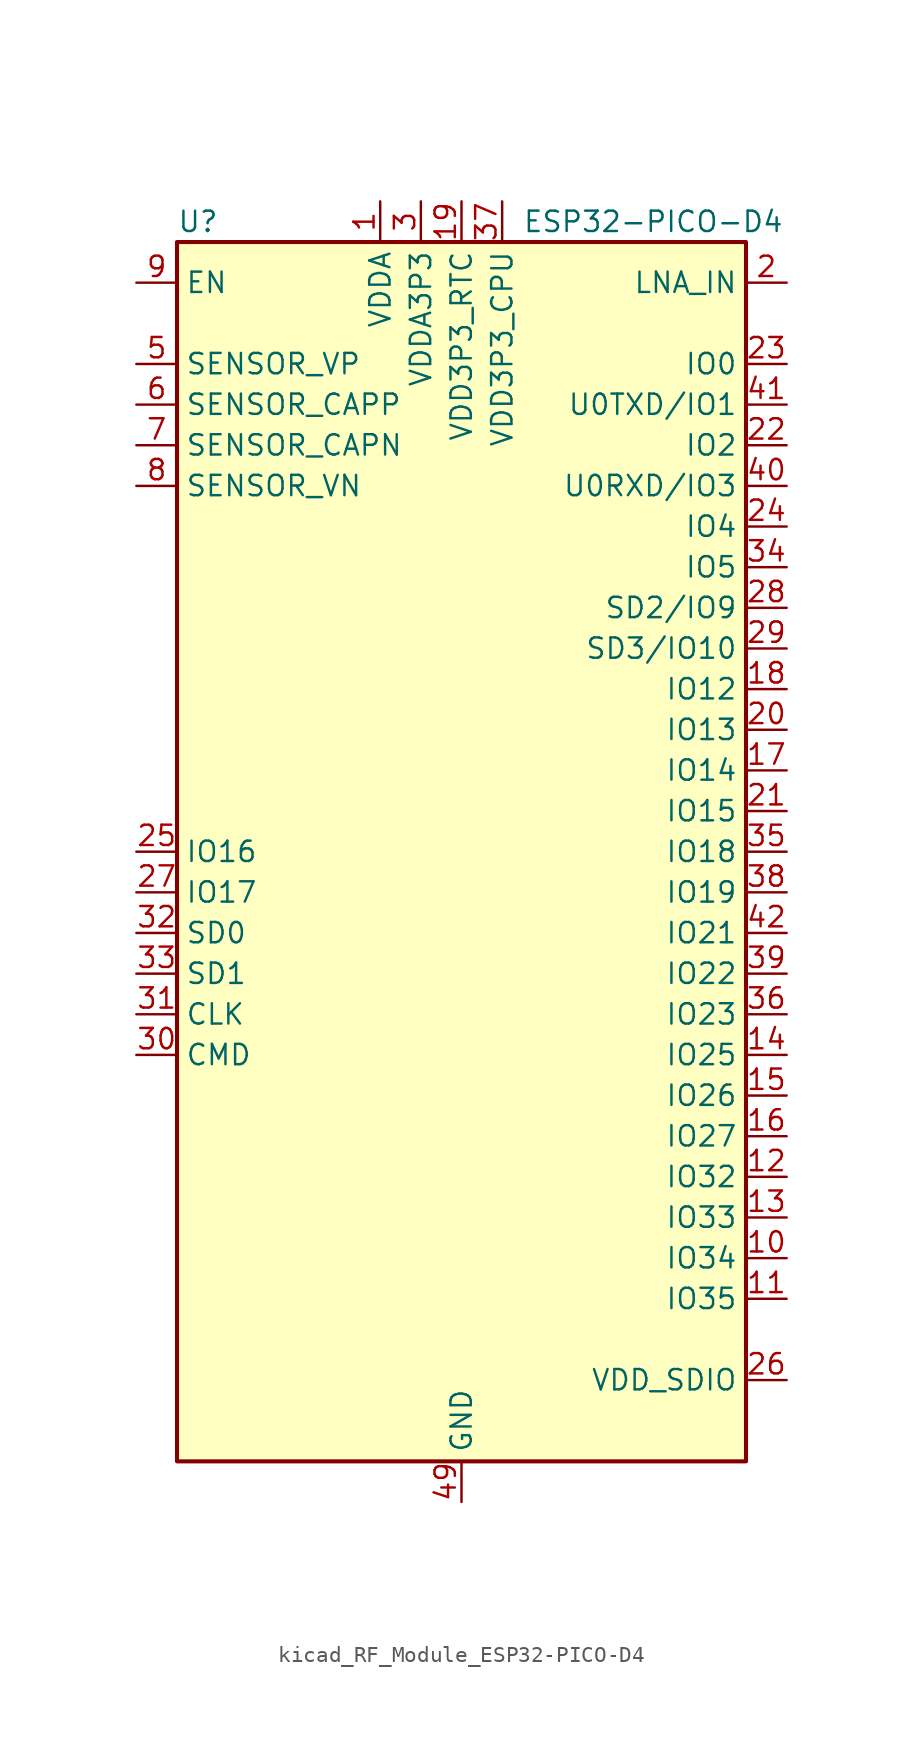
<source format=kicad_sym>
(kicad_symbol_lib
  (version 20220914)
  (generator kicad_symbol_editor)
  (symbol "kicad_RF_Module_ESP32-PICO-D4"
    (property "Reference" "U"
      (at -17.78 39.37 0)
      (effects (font (size 1.27 1.27)) (justify left)))
    (property "Value" "ESP32-PICO-D4"
      (at 3.81 39.37 0)
      (effects (font (size 1.27 1.27)) (justify left)))
    (symbol "kicad_RF_Module_ESP32-PICO-D4_0_0"
      (pin power_in line (at -5.08 40.64 270) (length 2.54) (name "VDDA" (effects (font (size 1.27 1.27)))) (number "1" (effects (font (size 1.27 1.27)))))
      (pin input line (at 20.32 -25.4 180) (length 2.54) (name "IO34" (effects (font (size 1.27 1.27)))) (number "10" (effects (font (size 1.27 1.27)))))
      (pin input line (at 20.32 -27.94 180) (length 2.54) (name "IO35" (effects (font (size 1.27 1.27)))) (number "11" (effects (font (size 1.27 1.27)))))
      (pin bidirectional line (at 20.32 -20.32 180) (length 2.54) (name "IO32" (effects (font (size 1.27 1.27)))) (number "12" (effects (font (size 1.27 1.27)))))
      (pin bidirectional line (at 20.32 -22.86 180) (length 2.54) (name "IO33" (effects (font (size 1.27 1.27)))) (number "13" (effects (font (size 1.27 1.27)))))
      (pin bidirectional line (at 20.32 -12.7 180) (length 2.54) (name "IO25" (effects (font (size 1.27 1.27)))) (number "14" (effects (font (size 1.27 1.27)))))
      (pin bidirectional line (at 20.32 -15.24 180) (length 2.54) (name "IO26" (effects (font (size 1.27 1.27)))) (number "15" (effects (font (size 1.27 1.27)))))
      (pin bidirectional line (at 20.32 -17.78 180) (length 2.54) (name "IO27" (effects (font (size 1.27 1.27)))) (number "16" (effects (font (size 1.27 1.27)))))
      (pin bidirectional line (at 20.32 5.08 180) (length 2.54) (name "IO14" (effects (font (size 1.27 1.27)))) (number "17" (effects (font (size 1.27 1.27)))))
      (pin bidirectional line (at 20.32 10.16 180) (length 2.54) (name "IO12" (effects (font (size 1.27 1.27)))) (number "18" (effects (font (size 1.27 1.27)))))
      (pin power_in line (at 0 40.64 270) (length 2.54) (name "VDD3P3_RTC" (effects (font (size 1.27 1.27)))) (number "19" (effects (font (size 1.27 1.27)))))
      (pin bidirectional line (at 20.32 35.56 180) (length 2.54) (name "LNA_IN" (effects (font (size 1.27 1.27)))) (number "2" (effects (font (size 1.27 1.27)))))
      (pin bidirectional line (at 20.32 7.62 180) (length 2.54) (name "IO13" (effects (font (size 1.27 1.27)))) (number "20" (effects (font (size 1.27 1.27)))))
      (pin bidirectional line (at 20.32 2.54 180) (length 2.54) (name "IO15" (effects (font (size 1.27 1.27)))) (number "21" (effects (font (size 1.27 1.27)))))
      (pin bidirectional line (at 20.32 25.4 180) (length 2.54) (name "IO2" (effects (font (size 1.27 1.27)))) (number "22" (effects (font (size 1.27 1.27)))))
      (pin bidirectional line (at 20.32 30.48 180) (length 2.54) (name "IO0" (effects (font (size 1.27 1.27)))) (number "23" (effects (font (size 1.27 1.27)))))
      (pin bidirectional line (at 20.32 20.32 180) (length 2.54) (name "IO4" (effects (font (size 1.27 1.27)))) (number "24" (effects (font (size 1.27 1.27)))))
      (pin bidirectional line (at -20.32 0 0) (length 2.54) (name "IO16" (effects (font (size 1.27 1.27)))) (number "25" (effects (font (size 1.27 1.27)))))
      (pin power_out line (at 20.32 -33.02 180) (length 2.54) (name "VDD_SDIO" (effects (font (size 1.27 1.27)))) (number "26" (effects (font (size 1.27 1.27)))))
      (pin bidirectional line (at -20.32 -2.54 0) (length 2.54) (name "IO17" (effects (font (size 1.27 1.27)))) (number "27" (effects (font (size 1.27 1.27)))))
      (pin bidirectional line (at 20.32 15.24 180) (length 2.54) (name "SD2/IO9" (effects (font (size 1.27 1.27)))) (number "28" (effects (font (size 1.27 1.27)))))
      (pin bidirectional line (at 20.32 12.7 180) (length 2.54) (name "SD3/IO10" (effects (font (size 1.27 1.27)))) (number "29" (effects (font (size 1.27 1.27)))))
      (pin power_in line (at -2.54 40.64 270) (length 2.54) (name "VDDA3P3" (effects (font (size 1.27 1.27)))) (number "3" (effects (font (size 1.27 1.27)))))
      (pin bidirectional line (at -20.32 -12.7 0) (length 2.54) (name "CMD" (effects (font (size 1.27 1.27)))) (number "30" (effects (font (size 1.27 1.27)))))
      (pin bidirectional line (at -20.32 -10.16 0) (length 2.54) (name "CLK" (effects (font (size 1.27 1.27)))) (number "31" (effects (font (size 1.27 1.27)))))
      (pin bidirectional line (at -20.32 -5.08 0) (length 2.54) (name "SD0" (effects (font (size 1.27 1.27)))) (number "32" (effects (font (size 1.27 1.27)))))
      (pin bidirectional line (at -20.32 -7.62 0) (length 2.54) (name "SD1" (effects (font (size 1.27 1.27)))) (number "33" (effects (font (size 1.27 1.27)))))
      (pin bidirectional line (at 20.32 17.78 180) (length 2.54) (name "IO5" (effects (font (size 1.27 1.27)))) (number "34" (effects (font (size 1.27 1.27)))))
      (pin bidirectional line (at 20.32 0 180) (length 2.54) (name "IO18" (effects (font (size 1.27 1.27)))) (number "35" (effects (font (size 1.27 1.27)))))
      (pin bidirectional line (at 20.32 -10.16 180) (length 2.54) (name "IO23" (effects (font (size 1.27 1.27)))) (number "36" (effects (font (size 1.27 1.27)))))
      (pin power_in line (at 2.54 40.64 270) (length 2.54) (name "VDD3P3_CPU" (effects (font (size 1.27 1.27)))) (number "37" (effects (font (size 1.27 1.27)))))
      (pin bidirectional line (at 20.32 -2.54 180) (length 2.54) (name "IO19" (effects (font (size 1.27 1.27)))) (number "38" (effects (font (size 1.27 1.27)))))
      (pin bidirectional line (at 20.32 -7.62 180) (length 2.54) (name "IO22" (effects (font (size 1.27 1.27)))) (number "39" (effects (font (size 1.27 1.27)))))
      (pin passive line (at -2.54 40.64 270) (length 2.54) hide (name "VDDA3P3" (effects (font (size 1.27 1.27)))) (number "4" (effects (font (size 1.27 1.27)))))
      (pin bidirectional line (at 20.32 22.86 180) (length 2.54) (name "U0RXD/IO3" (effects (font (size 1.27 1.27)))) (number "40" (effects (font (size 1.27 1.27)))))
      (pin bidirectional line (at 20.32 27.94 180) (length 2.54) (name "U0TXD/IO1" (effects (font (size 1.27 1.27)))) (number "41" (effects (font (size 1.27 1.27)))))
      (pin bidirectional line (at 20.32 -5.08 180) (length 2.54) (name "IO21" (effects (font (size 1.27 1.27)))) (number "42" (effects (font (size 1.27 1.27)))))
      (pin passive line (at -5.08 40.64 270) (length 2.54) hide (name "VDDA" (effects (font (size 1.27 1.27)))) (number "43" (effects (font (size 1.27 1.27)))))
      (pin no_connect line (at -17.78 -25.4 0) (length 2.54) hide (name "XTAL_N_NC" (effects (font (size 1.27 1.27)))) (number "44" (effects (font (size 1.27 1.27)))))
      (pin no_connect line (at -17.78 -27.94 0) (length 2.54) hide (name "XTAL_P_NC" (effects (font (size 1.27 1.27)))) (number "45" (effects (font (size 1.27 1.27)))))
      (pin passive line (at -5.08 40.64 270) (length 2.54) hide (name "VDDA" (effects (font (size 1.27 1.27)))) (number "46" (effects (font (size 1.27 1.27)))))
      (pin no_connect line (at -17.78 -30.48 0) (length 2.54) hide (name "CAP2_NC" (effects (font (size 1.27 1.27)))) (number "47" (effects (font (size 1.27 1.27)))))
      (pin no_connect line (at -17.78 -33.02 0) (length 2.54) hide (name "CAP1_NC" (effects (font (size 1.27 1.27)))) (number "48" (effects (font (size 1.27 1.27)))))
      (pin power_in line (at 0 -40.64 90) (length 2.54) (name "GND" (effects (font (size 1.27 1.27)))) (number "49" (effects (font (size 1.27 1.27)))))
      (pin input line (at -20.32 30.48 0) (length 2.54) (name "SENSOR_VP" (effects (font (size 1.27 1.27)))) (number "5" (effects (font (size 1.27 1.27)))))
      (pin input line (at -20.32 27.94 0) (length 2.54) (name "SENSOR_CAPP" (effects (font (size 1.27 1.27)))) (number "6" (effects (font (size 1.27 1.27)))))
      (pin input line (at -20.32 25.4 0) (length 2.54) (name "SENSOR_CAPN" (effects (font (size 1.27 1.27)))) (number "7" (effects (font (size 1.27 1.27)))))
      (pin input line (at -20.32 22.86 0) (length 2.54) (name "SENSOR_VN" (effects (font (size 1.27 1.27)))) (number "8" (effects (font (size 1.27 1.27)))))
      (pin input line (at -20.32 35.56 0) (length 2.54) (name "EN" (effects (font (size 1.27 1.27)))) (number "9" (effects (font (size 1.27 1.27))))))
    (symbol "kicad_RF_Module_ESP32-PICO-D4_0_1"
      (rectangle (start -17.78 38.1) (end 17.78 -38.1) (stroke (width 0.254) (type default)) (fill (type background))))))
</source>
